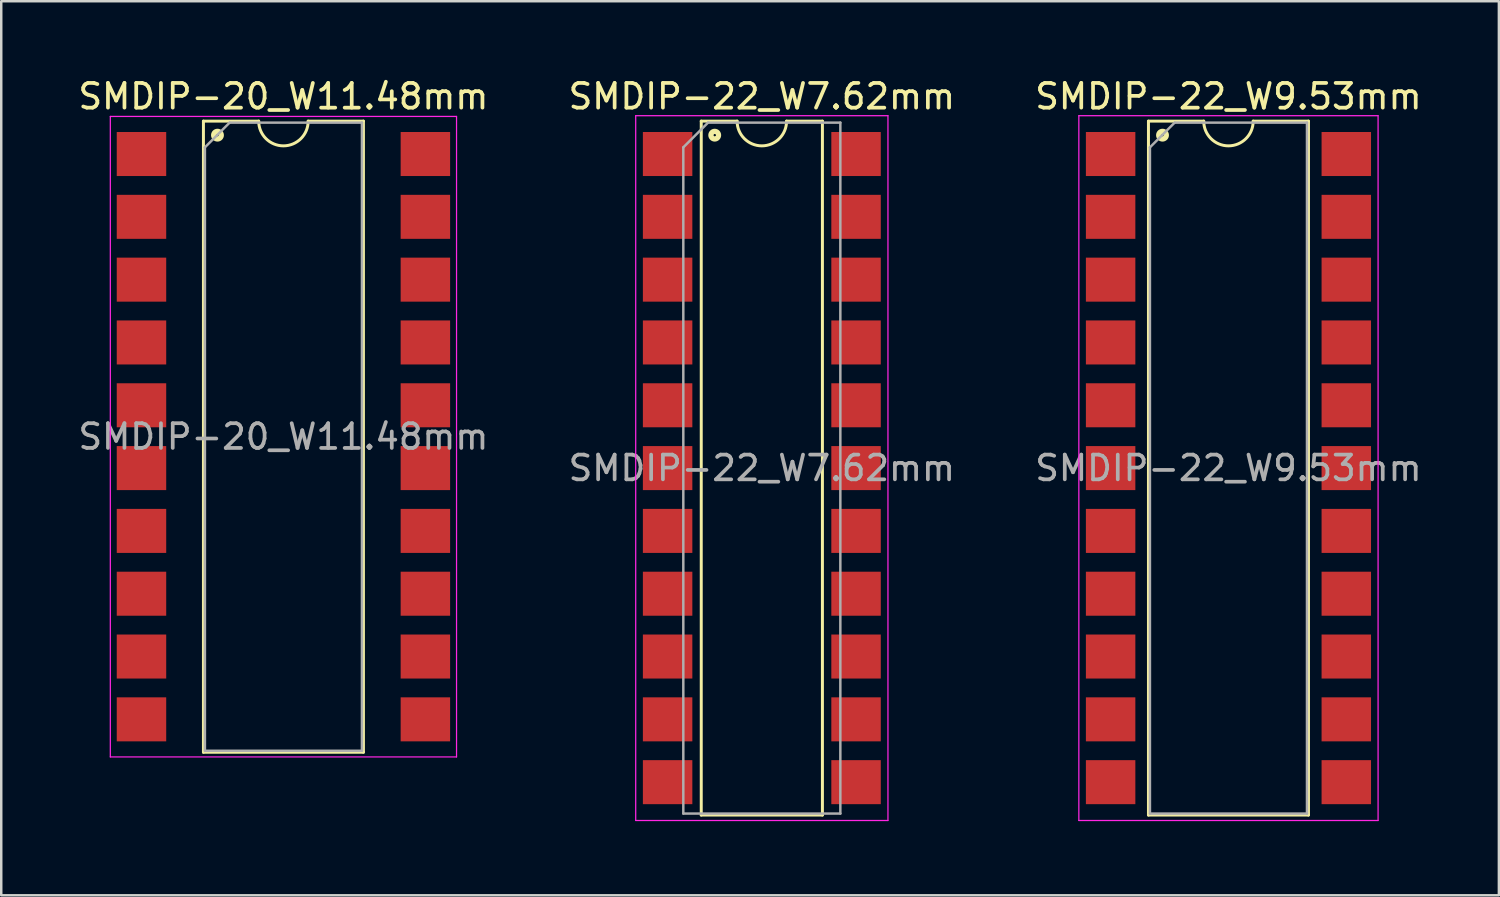
<source format=kicad_pcb>
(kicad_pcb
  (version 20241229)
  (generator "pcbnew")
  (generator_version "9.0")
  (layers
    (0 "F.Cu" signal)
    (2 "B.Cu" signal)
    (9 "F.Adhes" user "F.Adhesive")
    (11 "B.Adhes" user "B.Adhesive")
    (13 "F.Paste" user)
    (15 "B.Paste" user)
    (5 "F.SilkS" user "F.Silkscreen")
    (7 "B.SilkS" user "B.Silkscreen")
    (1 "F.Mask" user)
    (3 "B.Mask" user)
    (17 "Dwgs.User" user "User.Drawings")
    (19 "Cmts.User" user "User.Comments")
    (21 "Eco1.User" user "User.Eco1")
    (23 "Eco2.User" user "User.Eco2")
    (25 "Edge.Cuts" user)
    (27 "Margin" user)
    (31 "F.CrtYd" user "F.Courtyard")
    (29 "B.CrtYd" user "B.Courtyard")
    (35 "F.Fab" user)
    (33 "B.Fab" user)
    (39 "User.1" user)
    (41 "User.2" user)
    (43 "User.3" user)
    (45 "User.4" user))
  (footprint "SMDIP-22_W9.53mm"
    (layer "F.Cu")
    (at 46.625 15.878)
    (property "Reference" "SMDIP-22_W9.53mm" (at 0 -15.03 0) (layer "F.SilkS") (effects (font (size 1 1) (thickness 0.15))))
    (attr smd)
    (fp_line (start -3.235 -14.03) (end -3.235 14.03) (stroke (width 0.12) (type solid)) (layer "F.SilkS"))
    (fp_line (start -3.235 14.03) (end 3.235 14.03) (stroke (width 0.12) (type solid)) (layer "F.SilkS"))
    (fp_line (start -1 -14.03) (end -3.235 -14.03) (stroke (width 0.12) (type solid)) (layer "F.SilkS"))
    (fp_line (start 3.235 -14.03) (end 1 -14.03) (stroke (width 0.12) (type solid)) (layer "F.SilkS"))
    (fp_line (start 3.235 14.03) (end 3.235 -14.03) (stroke (width 0.12) (type solid)) (layer "F.SilkS"))
    (fp_arc (start 1 -14.03) (mid 0 -13.03) (end -1 -14.03) (stroke (width 0.12) (type solid)) (layer "F.SilkS"))
    (fp_circle (center -2.667 -13.462) (end -2.617 -13.462) (stroke (width 0.12) (type solid)) (fill no) (layer "F.SilkS"))
    (fp_circle (center -2.667 -13.462) (end -2.542 -13.462) (stroke (width 0.12) (type solid)) (fill no) (layer "F.SilkS"))
    (fp_circle (center -2.667 -13.462) (end -2.467 -13.462) (stroke (width 0.12) (type solid)) (fill no) (layer "F.SilkS"))
    (fp_line (start -6.05 -14.25) (end -6.05 14.25) (stroke (width 0.05) (type solid)) (layer "F.CrtYd"))
    (fp_line (start -6.05 14.25) (end 6.05 14.25) (stroke (width 0.05) (type solid)) (layer "F.CrtYd"))
    (fp_line (start 6.05 -14.25) (end -6.05 -14.25) (stroke (width 0.05) (type solid)) (layer "F.CrtYd"))
    (fp_line (start 6.05 14.25) (end 6.05 -14.25) (stroke (width 0.05) (type solid)) (layer "F.CrtYd"))
    (fp_line (start -3.175 -12.97) (end -2.175 -13.97) (stroke (width 0.1) (type solid)) (layer "F.Fab"))
    (fp_line (start -3.175 13.97) (end -3.175 -12.97) (stroke (width 0.1) (type solid)) (layer "F.Fab"))
    (fp_line (start -2.175 -13.97) (end 3.175 -13.97) (stroke (width 0.1) (type solid)) (layer "F.Fab"))
    (fp_line (start 3.175 -13.97) (end 3.175 13.97) (stroke (width 0.1) (type solid)) (layer "F.Fab"))
    (fp_line (start 3.175 13.97) (end -3.175 13.97) (stroke (width 0.1) (type solid)) (layer "F.Fab"))
    (fp_text user "${REFERENCE}" (at 0 0 0) (layer "F.Fab") (effects (font (size 1 1) (thickness 0.15))))
    (pad "1" smd rect (at -4.765 -12.7) (size 2 1.78) (layers "F.Cu" "F.Mask" "F.Paste"))
    (pad "2" smd rect (at -4.765 -10.16) (size 2 1.78) (layers "F.Cu" "F.Mask" "F.Paste"))
    (pad "3" smd rect (at -4.765 -7.62) (size 2 1.78) (layers "F.Cu" "F.Mask" "F.Paste"))
    (pad "4" smd rect (at -4.765 -5.08) (size 2 1.78) (layers "F.Cu" "F.Mask" "F.Paste"))
    (pad "5" smd rect (at -4.765 -2.54) (size 2 1.78) (layers "F.Cu" "F.Mask" "F.Paste"))
    (pad "6" smd rect (at -4.765 0) (size 2 1.78) (layers "F.Cu" "F.Mask" "F.Paste"))
    (pad "7" smd rect (at -4.765 2.54) (size 2 1.78) (layers "F.Cu" "F.Mask" "F.Paste"))
    (pad "8" smd rect (at -4.765 5.08) (size 2 1.78) (layers "F.Cu" "F.Mask" "F.Paste"))
    (pad "9" smd rect (at -4.765 7.62) (size 2 1.78) (layers "F.Cu" "F.Mask" "F.Paste"))
    (pad "10" smd rect (at -4.765 10.16) (size 2 1.78) (layers "F.Cu" "F.Mask" "F.Paste"))
    (pad "11" smd rect (at -4.765 12.7) (size 2 1.78) (layers "F.Cu" "F.Mask" "F.Paste"))
    (pad "12" smd rect (at 4.765 12.7) (size 2 1.78) (layers "F.Cu" "F.Mask" "F.Paste"))
    (pad "13" smd rect (at 4.765 10.16) (size 2 1.78) (layers "F.Cu" "F.Mask" "F.Paste"))
    (pad "14" smd rect (at 4.765 7.62) (size 2 1.78) (layers "F.Cu" "F.Mask" "F.Paste"))
    (pad "15" smd rect (at 4.765 5.08) (size 2 1.78) (layers "F.Cu" "F.Mask" "F.Paste"))
    (pad "16" smd rect (at 4.765 2.54) (size 2 1.78) (layers "F.Cu" "F.Mask" "F.Paste"))
    (pad "17" smd rect (at 4.765 0) (size 2 1.78) (layers "F.Cu" "F.Mask" "F.Paste"))
    (pad "18" smd rect (at 4.765 -2.54) (size 2 1.78) (layers "F.Cu" "F.Mask" "F.Paste"))
    (pad "19" smd rect (at 4.765 -5.08) (size 2 1.78) (layers "F.Cu" "F.Mask" "F.Paste"))
    (pad "20" smd rect (at 4.765 -7.62) (size 2 1.78) (layers "F.Cu" "F.Mask" "F.Paste"))
    (pad "21" smd rect (at 4.765 -10.16) (size 2 1.78) (layers "F.Cu" "F.Mask" "F.Paste"))
    (pad "22" smd rect (at 4.765 -12.7) (size 2 1.78) (layers "F.Cu" "F.Mask" "F.Paste")))
  (footprint "SMDIP-20_W11.48mm"
    (layer "F.Cu")
    (at 8.411 14.608)
    (property "Reference" "SMDIP-20_W11.48mm" (at 0 -13.76 0) (layer "F.SilkS") (effects (font (size 1 1) (thickness 0.15))))
    (attr smd)
    (fp_line (start -3.235 -12.76) (end -3.235 12.76) (stroke (width 0.12) (type solid)) (layer "F.SilkS"))
    (fp_line (start -3.235 12.76) (end 3.235 12.76) (stroke (width 0.12) (type solid)) (layer "F.SilkS"))
    (fp_line (start -1 -12.76) (end -3.235 -12.76) (stroke (width 0.12) (type solid)) (layer "F.SilkS"))
    (fp_line (start 3.235 -12.76) (end 1 -12.76) (stroke (width 0.12) (type solid)) (layer "F.SilkS"))
    (fp_line (start 3.235 12.76) (end 3.235 -12.76) (stroke (width 0.12) (type solid)) (layer "F.SilkS"))
    (fp_arc (start 1 -12.76) (mid 0 -11.76) (end -1 -12.76) (stroke (width 0.12) (type solid)) (layer "F.SilkS"))
    (fp_circle (center -2.667 -12.192) (end -2.617 -12.192) (stroke (width 0.12) (type solid)) (fill no) (layer "F.SilkS"))
    (fp_circle (center -2.667 -12.192) (end -2.542 -12.192) (stroke (width 0.12) (type solid)) (fill no) (layer "F.SilkS"))
    (fp_circle (center -2.667 -12.192) (end -2.467 -12.192) (stroke (width 0.12) (type solid)) (fill no) (layer "F.SilkS"))
    (fp_line (start -7 -12.95) (end -7 12.95) (stroke (width 0.05) (type solid)) (layer "F.CrtYd"))
    (fp_line (start -7 12.95) (end 7 12.95) (stroke (width 0.05) (type solid)) (layer "F.CrtYd"))
    (fp_line (start 7 -12.95) (end -7 -12.95) (stroke (width 0.05) (type solid)) (layer "F.CrtYd"))
    (fp_line (start 7 12.95) (end 7 -12.95) (stroke (width 0.05) (type solid)) (layer "F.CrtYd"))
    (fp_line (start -3.175 -11.7) (end -2.175 -12.7) (stroke (width 0.1) (type solid)) (layer "F.Fab"))
    (fp_line (start -3.175 12.7) (end -3.175 -11.7) (stroke (width 0.1) (type solid)) (layer "F.Fab"))
    (fp_line (start -2.175 -12.7) (end 3.175 -12.7) (stroke (width 0.1) (type solid)) (layer "F.Fab"))
    (fp_line (start 3.175 -12.7) (end 3.175 12.7) (stroke (width 0.1) (type solid)) (layer "F.Fab"))
    (fp_line (start 3.175 12.7) (end -3.175 12.7) (stroke (width 0.1) (type solid)) (layer "F.Fab"))
    (fp_text user "${REFERENCE}" (at 0 0 0) (layer "F.Fab") (effects (font (size 1 1) (thickness 0.15))))
    (pad "1" smd rect (at -5.74 -11.43) (size 2 1.78) (layers "F.Cu" "F.Mask" "F.Paste"))
    (pad "2" smd rect (at -5.74 -8.89) (size 2 1.78) (layers "F.Cu" "F.Mask" "F.Paste"))
    (pad "3" smd rect (at -5.74 -6.35) (size 2 1.78) (layers "F.Cu" "F.Mask" "F.Paste"))
    (pad "4" smd rect (at -5.74 -3.81) (size 2 1.78) (layers "F.Cu" "F.Mask" "F.Paste"))
    (pad "5" smd rect (at -5.74 -1.27) (size 2 1.78) (layers "F.Cu" "F.Mask" "F.Paste"))
    (pad "6" smd rect (at -5.74 1.27) (size 2 1.78) (layers "F.Cu" "F.Mask" "F.Paste"))
    (pad "7" smd rect (at -5.74 3.81) (size 2 1.78) (layers "F.Cu" "F.Mask" "F.Paste"))
    (pad "8" smd rect (at -5.74 6.35) (size 2 1.78) (layers "F.Cu" "F.Mask" "F.Paste"))
    (pad "9" smd rect (at -5.74 8.89) (size 2 1.78) (layers "F.Cu" "F.Mask" "F.Paste"))
    (pad "10" smd rect (at -5.74 11.43) (size 2 1.78) (layers "F.Cu" "F.Mask" "F.Paste"))
    (pad "11" smd rect (at 5.74 11.43) (size 2 1.78) (layers "F.Cu" "F.Mask" "F.Paste"))
    (pad "12" smd rect (at 5.74 8.89) (size 2 1.78) (layers "F.Cu" "F.Mask" "F.Paste"))
    (pad "13" smd rect (at 5.74 6.35) (size 2 1.78) (layers "F.Cu" "F.Mask" "F.Paste"))
    (pad "14" smd rect (at 5.74 3.81) (size 2 1.78) (layers "F.Cu" "F.Mask" "F.Paste"))
    (pad "15" smd rect (at 5.74 1.27) (size 2 1.78) (layers "F.Cu" "F.Mask" "F.Paste"))
    (pad "16" smd rect (at 5.74 -1.27) (size 2 1.78) (layers "F.Cu" "F.Mask" "F.Paste"))
    (pad "17" smd rect (at 5.74 -3.81) (size 2 1.78) (layers "F.Cu" "F.Mask" "F.Paste"))
    (pad "18" smd rect (at 5.74 -6.35) (size 2 1.78) (layers "F.Cu" "F.Mask" "F.Paste"))
    (pad "19" smd rect (at 5.74 -8.89) (size 2 1.78) (layers "F.Cu" "F.Mask" "F.Paste"))
    (pad "20" smd rect (at 5.74 -11.43) (size 2 1.78) (layers "F.Cu" "F.Mask" "F.Paste")))
  (footprint "SMDIP-22_W7.62mm"
    (layer "F.Cu")
    (at 27.756 15.878)
    (property "Reference" "SMDIP-22_W7.62mm" (at 0 -15.03 0) (layer "F.SilkS") (effects (font (size 1 1) (thickness 0.15))))
    (attr smd)
    (fp_line (start -2.45 -14.03) (end -2.45 14.03) (stroke (width 0.12) (type solid)) (layer "F.SilkS"))
    (fp_line (start -2.45 14.03) (end 2.45 14.03) (stroke (width 0.12) (type solid)) (layer "F.SilkS"))
    (fp_line (start -1 -14.03) (end -2.45 -14.03) (stroke (width 0.12) (type solid)) (layer "F.SilkS"))
    (fp_line (start 2.45 -14.03) (end 1 -14.03) (stroke (width 0.12) (type solid)) (layer "F.SilkS"))
    (fp_line (start 2.45 14.03) (end 2.45 -14.03) (stroke (width 0.12) (type solid)) (layer "F.SilkS"))
    (fp_arc (start 1 -14.03) (mid 0 -13.03) (end -1 -14.03) (stroke (width 0.12) (type solid)) (layer "F.SilkS"))
    (fp_circle (center -1.905 -13.462) (end -1.855 -13.462) (stroke (width 0.12) (type solid)) (fill no) (layer "F.SilkS"))
    (fp_circle (center -1.905 -13.462) (end -1.78 -13.462) (stroke (width 0.12) (type solid)) (fill no) (layer "F.SilkS"))
    (fp_circle (center -1.905 -13.462) (end -1.705 -13.462) (stroke (width 0.12) (type solid)) (fill no) (layer "F.SilkS"))
    (fp_line (start -5.1 -14.25) (end -5.1 14.25) (stroke (width 0.05) (type solid)) (layer "F.CrtYd"))
    (fp_line (start -5.1 14.25) (end 5.1 14.25) (stroke (width 0.05) (type solid)) (layer "F.CrtYd"))
    (fp_line (start 5.1 -14.25) (end -5.1 -14.25) (stroke (width 0.05) (type solid)) (layer "F.CrtYd"))
    (fp_line (start 5.1 14.25) (end 5.1 -14.25) (stroke (width 0.05) (type solid)) (layer "F.CrtYd"))
    (fp_line (start -3.175 -12.97) (end -2.175 -13.97) (stroke (width 0.1) (type solid)) (layer "F.Fab"))
    (fp_line (start -3.175 13.97) (end -3.175 -12.97) (stroke (width 0.1) (type solid)) (layer "F.Fab"))
    (fp_line (start -2.175 -13.97) (end 3.175 -13.97) (stroke (width 0.1) (type solid)) (layer "F.Fab"))
    (fp_line (start 3.175 -13.97) (end 3.175 13.97) (stroke (width 0.1) (type solid)) (layer "F.Fab"))
    (fp_line (start 3.175 13.97) (end -3.175 13.97) (stroke (width 0.1) (type solid)) (layer "F.Fab"))
    (fp_text user "${REFERENCE}" (at 0 0 0) (layer "F.Fab") (effects (font (size 1 1) (thickness 0.15))))
    (pad "1" smd rect (at -3.81 -12.7) (size 2 1.78) (layers "F.Cu" "F.Mask" "F.Paste"))
    (pad "2" smd rect (at -3.81 -10.16) (size 2 1.78) (layers "F.Cu" "F.Mask" "F.Paste"))
    (pad "3" smd rect (at -3.81 -7.62) (size 2 1.78) (layers "F.Cu" "F.Mask" "F.Paste"))
    (pad "4" smd rect (at -3.81 -5.08) (size 2 1.78) (layers "F.Cu" "F.Mask" "F.Paste"))
    (pad "5" smd rect (at -3.81 -2.54) (size 2 1.78) (layers "F.Cu" "F.Mask" "F.Paste"))
    (pad "6" smd rect (at -3.81 0) (size 2 1.78) (layers "F.Cu" "F.Mask" "F.Paste"))
    (pad "7" smd rect (at -3.81 2.54) (size 2 1.78) (layers "F.Cu" "F.Mask" "F.Paste"))
    (pad "8" smd rect (at -3.81 5.08) (size 2 1.78) (layers "F.Cu" "F.Mask" "F.Paste"))
    (pad "9" smd rect (at -3.81 7.62) (size 2 1.78) (layers "F.Cu" "F.Mask" "F.Paste"))
    (pad "10" smd rect (at -3.81 10.16) (size 2 1.78) (layers "F.Cu" "F.Mask" "F.Paste"))
    (pad "11" smd rect (at -3.81 12.7) (size 2 1.78) (layers "F.Cu" "F.Mask" "F.Paste"))
    (pad "12" smd rect (at 3.81 12.7) (size 2 1.78) (layers "F.Cu" "F.Mask" "F.Paste"))
    (pad "13" smd rect (at 3.81 10.16) (size 2 1.78) (layers "F.Cu" "F.Mask" "F.Paste"))
    (pad "14" smd rect (at 3.81 7.62) (size 2 1.78) (layers "F.Cu" "F.Mask" "F.Paste"))
    (pad "15" smd rect (at 3.81 5.08) (size 2 1.78) (layers "F.Cu" "F.Mask" "F.Paste"))
    (pad "16" smd rect (at 3.81 2.54) (size 2 1.78) (layers "F.Cu" "F.Mask" "F.Paste"))
    (pad "17" smd rect (at 3.81 0) (size 2 1.78) (layers "F.Cu" "F.Mask" "F.Paste"))
    (pad "18" smd rect (at 3.81 -2.54) (size 2 1.78) (layers "F.Cu" "F.Mask" "F.Paste"))
    (pad "19" smd rect (at 3.81 -5.08) (size 2 1.78) (layers "F.Cu" "F.Mask" "F.Paste"))
    (pad "20" smd rect (at 3.81 -7.62) (size 2 1.78) (layers "F.Cu" "F.Mask" "F.Paste"))
    (pad "21" smd rect (at 3.81 -10.16) (size 2 1.78) (layers "F.Cu" "F.Mask" "F.Paste"))
    (pad "22" smd rect (at 3.81 -12.7) (size 2 1.78) (layers "F.Cu" "F.Mask" "F.Paste")))
  (gr_rect
    (start -3 -3)
    (end 57.56 33.153)
    (stroke (width 0.1) (type default))
    (fill no)
    (layer "Edge.Cuts")))
</source>
